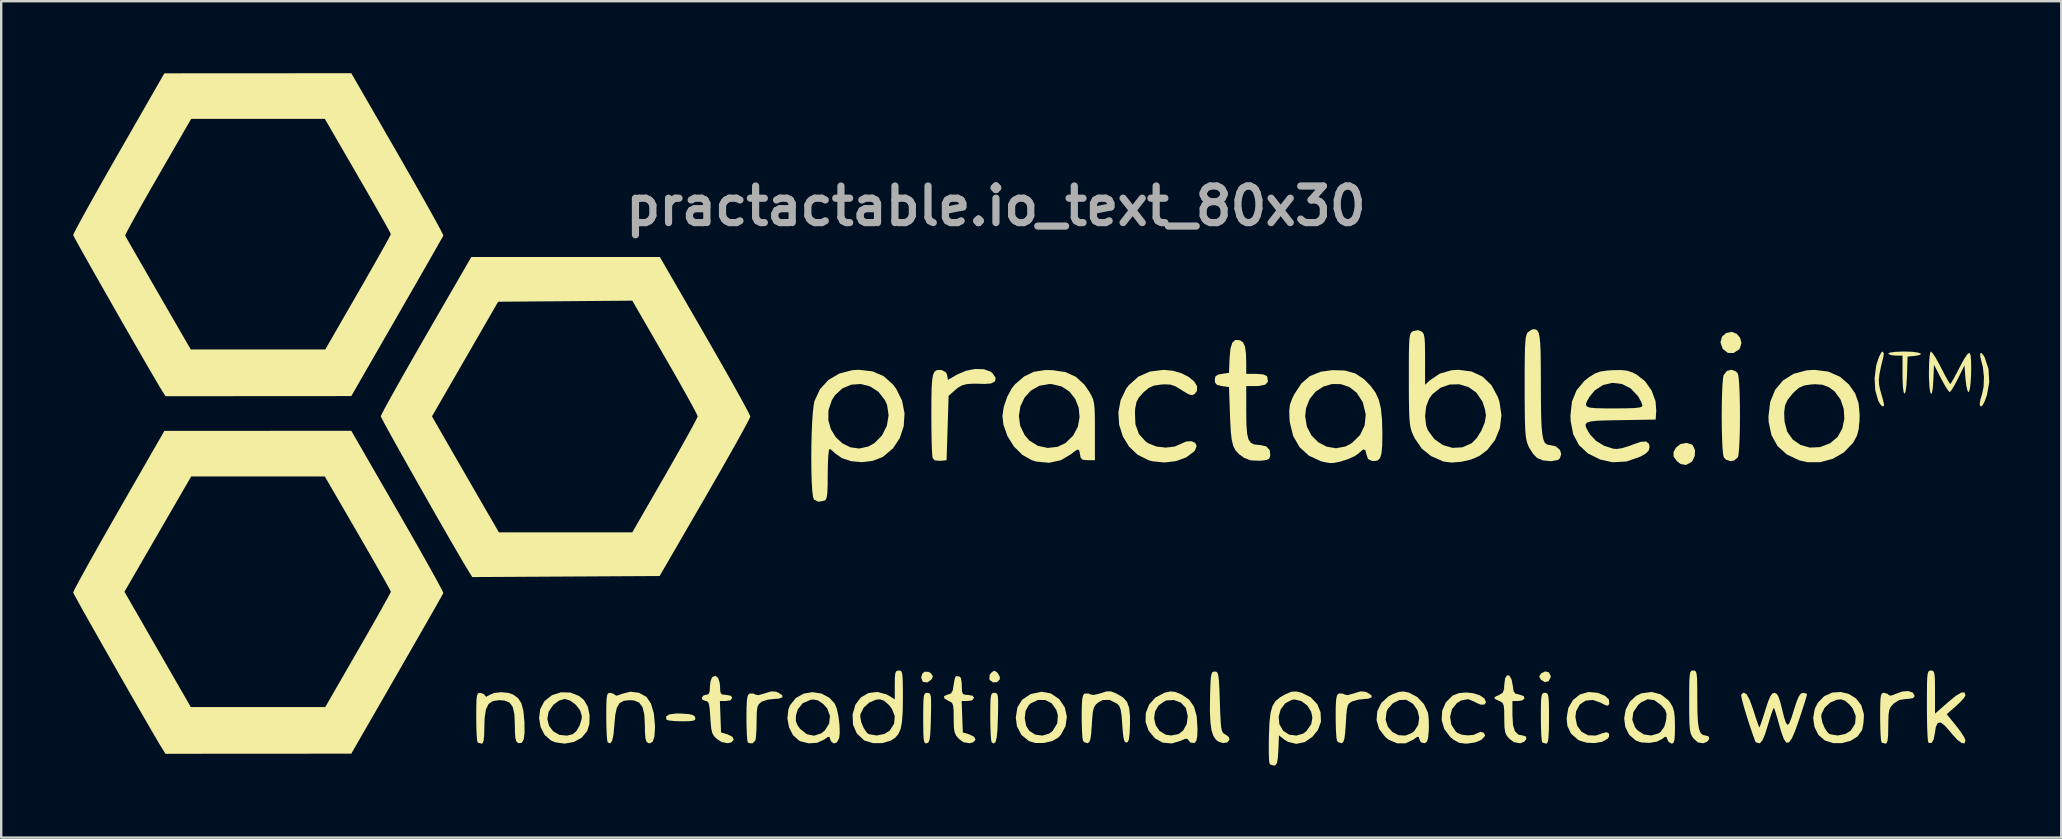
<source format=kicad_pcb>
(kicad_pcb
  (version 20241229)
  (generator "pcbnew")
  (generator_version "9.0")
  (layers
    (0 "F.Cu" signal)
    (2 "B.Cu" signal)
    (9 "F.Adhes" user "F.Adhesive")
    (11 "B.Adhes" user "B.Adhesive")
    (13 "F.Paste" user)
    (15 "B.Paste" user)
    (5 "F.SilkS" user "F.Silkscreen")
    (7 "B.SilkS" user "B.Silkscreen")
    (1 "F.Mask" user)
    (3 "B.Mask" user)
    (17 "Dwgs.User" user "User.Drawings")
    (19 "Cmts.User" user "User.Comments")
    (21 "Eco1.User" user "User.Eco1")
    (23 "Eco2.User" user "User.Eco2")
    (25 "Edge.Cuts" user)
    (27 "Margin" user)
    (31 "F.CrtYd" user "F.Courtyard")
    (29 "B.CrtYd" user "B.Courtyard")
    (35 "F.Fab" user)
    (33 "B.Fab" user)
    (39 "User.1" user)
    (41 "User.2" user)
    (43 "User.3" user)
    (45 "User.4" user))
  (footprint "practactable.io_text_80x30"
    (layer "F.Cu")
    (at 39.571 14.477)
    (property "Reference" "practactable.io_text_80x30" (at -1.118 -8.941 0) (layer "F.Fab") (effects (font (size 1.524 1.524) (thickness 0.3))))
    (attr board_only exclude_from_pos_files exclude_from_bom)
    (fp_poly (pts (xy -3.919 10.472) (xy -3.823 10.534) (xy -3.743 10.659) (xy -3.803 10.787) (xy -3.806 10.791) (xy -3.976 10.91) (xy -4.142 10.893) (xy -4.177 10.866) (xy -4.234 10.708) (xy -4.183 10.538) (xy -4.091 10.462)) (stroke (width 0) (type solid)) (fill yes) (layer "F.SilkS"))
    (fp_poly (pts (xy -1.098 10.468) (xy -1.047 10.516) (xy -0.957 10.678) (xy -0.959 10.788) (xy -1.075 10.901) (xy -1.241 10.909) (xy -1.375 10.813) (xy -1.391 10.78) (xy -1.381 10.607) (xy -1.315 10.508) (xy -1.201 10.423)) (stroke (width 0) (type solid)) (fill yes) (layer "F.SilkS"))
    (fp_poly (pts (xy 21.922 10.493) (xy 21.998 10.635) (xy 21.997 10.699) (xy 21.911 10.862) (xy 21.757 10.9) (xy 21.593 10.798) (xy 21.589 10.794) (xy 21.522 10.665) (xy 21.594 10.543) (xy 21.603 10.534) (xy 21.77 10.451)) (stroke (width 0) (type solid)) (fill yes) (layer "F.SilkS"))
    (fp_poly (pts (xy 29.748 -3.617) (xy 29.894 -3.449) (xy 29.95 -3.235) (xy 29.884 -3.015) (xy 29.842 -2.96) (xy 29.619 -2.815) (xy 29.382 -2.821) (xy 29.181 -2.976) (xy 29.163 -3.002) (xy 29.074 -3.261) (xy 29.139 -3.497) (xy 29.311 -3.649) (xy 29.543 -3.697)) (stroke (width 0) (type solid)) (fill yes) (layer "F.SilkS"))
    (fp_poly (pts (xy 27.874 0.993) (xy 27.923 1.033) (xy 28.013 1.228) (xy 28.004 1.473) (xy 27.902 1.689) (xy 27.87 1.723) (xy 27.639 1.85) (xy 27.411 1.809) (xy 27.263 1.693) (xy 27.119 1.497) (xy 27.12 1.307) (xy 27.225 1.12) (xy 27.411 0.976) (xy 27.653 0.931)) (stroke (width 0) (type solid)) (fill yes) (layer "F.SilkS"))
    (fp_poly (pts (xy -14.217 12.209) (xy -13.91 12.232) (xy -13.736 12.274) (xy -13.659 12.344) (xy -13.647 12.383) (xy -13.652 12.46) (xy -13.726 12.505) (xy -13.903 12.526) (xy -14.213 12.531) (xy -14.513 12.522) (xy -14.74 12.498) (xy -14.847 12.465) (xy -14.848 12.463) (xy -14.866 12.328) (xy -14.726 12.242) (xy -14.438 12.206)) (stroke (width 0) (type solid)) (fill yes) (layer "F.SilkS"))
    (fp_poly (pts (xy 40.053 -2.692) (xy 40.081 -2.641) (xy 40.244 -2.155) (xy 40.275 -1.605) (xy 40.182 -1.072) (xy 40.088 -0.807) (xy 39.996 -0.637) (xy 39.921 -0.58) (xy 39.881 -0.657) (xy 39.878 -0.714) (xy 39.907 -0.879) (xy 39.968 -1.071) (xy 40.04 -1.405) (xy 40.055 -1.815) (xy 40.012 -2.219) (xy 39.964 -2.409) (xy 39.901 -2.658) (xy 39.901 -2.8) (xy 39.955 -2.818)) (stroke (width 0) (type solid)) (fill yes) (layer "F.SilkS"))
    (fp_poly (pts (xy -1.111 11.354) (xy -1.063 11.398) (xy -1.036 11.506) (xy -1.026 11.705) (xy -1.027 12.024) (xy -1.035 12.376) (xy -1.053 12.867) (xy -1.086 13.202) (xy -1.135 13.395) (xy -1.204 13.459) (xy -1.296 13.407) (xy -1.296 13.407) (xy -1.319 13.304) (xy -1.338 13.068) (xy -1.35 12.733) (xy -1.355 12.347) (xy -1.353 11.922) (xy -1.345 11.638) (xy -1.325 11.466) (xy -1.29 11.379) (xy -1.233 11.349) (xy -1.183 11.345)) (stroke (width 0) (type solid)) (fill yes) (layer "F.SilkS"))
    (fp_poly (pts (xy 35.881 -2.81) (xy 35.87 -2.688) (xy 35.763 -2.249) (xy 35.698 -1.93) (xy 35.674 -1.688) (xy 35.687 -1.48) (xy 35.734 -1.263) (xy 35.763 -1.162) (xy 35.847 -0.864) (xy 35.887 -0.694) (xy 35.886 -0.615) (xy 35.849 -0.593) (xy 35.828 -0.593) (xy 35.746 -0.661) (xy 35.65 -0.826) (xy 35.527 -1.257) (xy 35.497 -1.764) (xy 35.563 -2.28) (xy 35.594 -2.398) (xy 35.683 -2.655) (xy 35.771 -2.829) (xy 35.826 -2.879)) (stroke (width 0) (type solid)) (fill yes) (layer "F.SilkS"))
    (fp_poly (pts (xy 21.83 11.355) (xy 21.877 11.402) (xy 21.906 11.515) (xy 21.922 11.72) (xy 21.928 12.045) (xy 21.929 12.404) (xy 21.925 12.863) (xy 21.911 13.176) (xy 21.886 13.364) (xy 21.846 13.45) (xy 21.816 13.462) (xy 21.672 13.424) (xy 21.646 13.406) (xy 21.624 13.303) (xy 21.606 13.067) (xy 21.594 12.733) (xy 21.59 12.347) (xy 21.592 11.922) (xy 21.6 11.638) (xy 21.62 11.466) (xy 21.655 11.379) (xy 21.712 11.348) (xy 21.759 11.345)) (stroke (width 0) (type solid)) (fill yes) (layer "F.SilkS"))
    (fp_poly (pts (xy -3.905 11.354) (xy -3.858 11.398) (xy -3.83 11.505) (xy -3.82 11.704) (xy -3.821 12.022) (xy -3.829 12.381) (xy -3.841 12.821) (xy -3.859 13.119) (xy -3.885 13.303) (xy -3.925 13.401) (xy -3.983 13.442) (xy -4 13.446) (xy -4.062 13.444) (xy -4.104 13.393) (xy -4.13 13.265) (xy -4.143 13.036) (xy -4.148 12.679) (xy -4.149 12.41) (xy -4.147 11.969) (xy -4.14 11.671) (xy -4.122 11.486) (xy -4.09 11.389) (xy -4.038 11.351) (xy -3.977 11.345)) (stroke (width 0) (type solid)) (fill yes) (layer "F.SilkS"))
    (fp_poly (pts (xy 37.069 -2.867) (xy 37.3 -2.836) (xy 37.421 -2.794) (xy 37.416 -2.749) (xy 37.266 -2.708) (xy 37.148 -2.694) (xy 36.872 -2.667) (xy 36.848 -1.884) (xy 36.824 -1.461) (xy 36.787 -1.205) (xy 36.745 -1.116) (xy 36.705 -1.192) (xy 36.675 -1.434) (xy 36.661 -1.839) (xy 36.661 -1.905) (xy 36.661 -2.709) (xy 36.364 -2.709) (xy 36.168 -2.731) (xy 36.071 -2.783) (xy 36.068 -2.794) (xy 36.147 -2.836) (xy 36.363 -2.865) (xy 36.685 -2.878) (xy 36.745 -2.879)) (stroke (width 0) (type solid)) (fill yes) (layer "F.SilkS"))
    (fp_poly (pts (xy 29.722 -2.049) (xy 29.8 -1.953) (xy 29.83 -1.811) (xy 29.855 -1.524) (xy 29.874 -1.116) (xy 29.885 -0.611) (xy 29.887 -0.212) (xy 29.883 0.347) (xy 29.869 0.826) (xy 29.849 1.2) (xy 29.822 1.446) (xy 29.8 1.53) (xy 29.648 1.661) (xy 29.506 1.693) (xy 29.306 1.629) (xy 29.213 1.53) (xy 29.182 1.387) (xy 29.158 1.108) (xy 29.141 0.729) (xy 29.13 0.282) (xy 29.127 -0.199) (xy 29.13 -0.678) (xy 29.14 -1.124) (xy 29.158 -1.501) (xy 29.183 -1.775) (xy 29.208 -1.899) (xy 29.343 -2.068) (xy 29.536 -2.12)) (stroke (width 0) (type solid)) (fill yes) (layer "F.SilkS"))
    (fp_poly (pts (xy 8.066 10.466) (xy 8.114 10.511) (xy 8.147 10.617) (xy 8.171 10.809) (xy 8.19 11.111) (xy 8.207 11.55) (xy 8.213 11.726) (xy 8.23 12.215) (xy 8.248 12.562) (xy 8.27 12.793) (xy 8.302 12.936) (xy 8.348 13.018) (xy 8.412 13.064) (xy 8.448 13.081) (xy 8.586 13.19) (xy 8.616 13.293) (xy 8.523 13.412) (xy 8.347 13.44) (xy 8.149 13.376) (xy 8.055 13.304) (xy 7.944 13.144) (xy 7.866 12.906) (xy 7.819 12.57) (xy 7.799 12.111) (xy 7.804 11.509) (xy 7.806 11.43) (xy 7.819 11.011) (xy 7.835 10.733) (xy 7.861 10.568) (xy 7.902 10.485) (xy 7.964 10.458) (xy 8.001 10.456)) (stroke (width 0) (type solid)) (fill yes) (layer "F.SilkS"))
    (fp_poly (pts (xy 23.957 11.344) (xy 24.259 11.466) (xy 24.426 11.625) (xy 24.44 11.805) (xy 24.439 11.809) (xy 24.386 11.878) (xy 24.282 11.862) (xy 24.09 11.759) (xy 23.756 11.64) (xy 23.452 11.671) (xy 23.21 11.834) (xy 23.061 12.11) (xy 23.029 12.35) (xy 23.099 12.707) (xy 23.285 12.968) (xy 23.557 13.114) (xy 23.882 13.125) (xy 24.145 13.031) (xy 24.328 12.985) (xy 24.435 13.046) (xy 24.43 13.175) (xy 24.366 13.263) (xy 24.143 13.385) (xy 23.83 13.439) (xy 23.492 13.422) (xy 23.195 13.332) (xy 23.141 13.302) (xy 22.849 13.049) (xy 22.697 12.73) (xy 22.663 12.404) (xy 22.733 11.981) (xy 22.927 11.644) (xy 23.218 11.412) (xy 23.58 11.309)) (stroke (width 0) (type solid)) (fill yes) (layer "F.SilkS"))
    (fp_poly (pts (xy 28.007 10.423) (xy 28.053 10.466) (xy 28.083 10.571) (xy 28.1 10.762) (xy 28.107 11.066) (xy 28.109 11.508) (xy 28.109 11.605) (xy 28.115 12.159) (xy 28.137 12.566) (xy 28.179 12.844) (xy 28.246 13.016) (xy 28.342 13.102) (xy 28.457 13.123) (xy 28.589 13.168) (xy 28.606 13.27) (xy 28.524 13.379) (xy 28.36 13.444) (xy 28.351 13.446) (xy 28.134 13.41) (xy 27.95 13.244) (xy 27.881 13.144) (xy 27.832 13.028) (xy 27.8 12.866) (xy 27.782 12.629) (xy 27.773 12.287) (xy 27.771 11.811) (xy 27.771 11.715) (xy 27.772 11.22) (xy 27.777 10.87) (xy 27.79 10.639) (xy 27.814 10.503) (xy 27.851 10.437) (xy 27.906 10.415) (xy 27.94 10.414)) (stroke (width 0) (type solid)) (fill yes) (layer "F.SilkS"))
    (fp_poly (pts (xy -10.292 11.296) (xy -10.201 11.33) (xy -10.026 11.441) (xy -10.013 11.53) (xy -10.156 11.586) (xy -10.353 11.599) (xy -10.628 11.63) (xy -10.861 11.706) (xy -10.903 11.731) (xy -10.999 11.817) (xy -11.056 11.935) (xy -11.083 12.128) (xy -11.091 12.438) (xy -11.091 12.529) (xy -11.098 12.863) (xy -11.114 13.142) (xy -11.138 13.312) (xy -11.143 13.328) (xy -11.258 13.448) (xy -11.412 13.44) (xy -11.458 13.406) (xy -11.481 13.303) (xy -11.499 13.067) (xy -11.511 12.735) (xy -11.515 12.387) (xy -11.511 11.958) (xy -11.497 11.67) (xy -11.47 11.494) (xy -11.425 11.403) (xy -11.382 11.374) (xy -11.221 11.374) (xy -11.163 11.409) (xy -11.021 11.443) (xy -10.758 11.37) (xy -10.745 11.365) (xy -10.486 11.286)) (stroke (width 0) (type solid)) (fill yes) (layer "F.SilkS"))
    (fp_poly (pts (xy 14.261 11.296) (xy 14.352 11.33) (xy 14.527 11.443) (xy 14.54 11.535) (xy 14.395 11.591) (xy 14.245 11.601) (xy 13.97 11.631) (xy 13.73 11.702) (xy 13.716 11.709) (xy 13.617 11.77) (xy 13.551 11.857) (xy 13.511 12.007) (xy 13.484 12.255) (xy 13.462 12.617) (xy 13.436 13.003) (xy 13.405 13.249) (xy 13.36 13.385) (xy 13.297 13.44) (xy 13.282 13.444) (xy 13.139 13.4) (xy 13.092 13.332) (xy 13.069 13.193) (xy 13.052 12.927) (xy 13.041 12.577) (xy 13.039 12.309) (xy 13.043 11.899) (xy 13.059 11.629) (xy 13.09 11.469) (xy 13.141 11.39) (xy 13.171 11.374) (xy 13.333 11.374) (xy 13.39 11.409) (xy 13.533 11.443) (xy 13.795 11.37) (xy 13.809 11.365) (xy 14.067 11.286)) (stroke (width 0) (type solid)) (fill yes) (layer "F.SilkS"))
    (fp_poly (pts (xy 37.091 11.334) (xy 37.168 11.472) (xy 37.169 11.481) (xy 37.1 11.566) (xy 36.884 11.599) (xy 36.826 11.599) (xy 36.519 11.644) (xy 36.285 11.798) (xy 36.276 11.807) (xy 36.173 11.925) (xy 36.111 12.058) (xy 36.08 12.25) (xy 36.069 12.545) (xy 36.068 12.738) (xy 36.061 13.111) (xy 36.038 13.338) (xy 35.994 13.445) (xy 35.955 13.462) (xy 35.811 13.424) (xy 35.786 13.406) (xy 35.764 13.303) (xy 35.746 13.067) (xy 35.734 12.733) (xy 35.729 12.347) (xy 35.731 11.921) (xy 35.74 11.637) (xy 35.76 11.465) (xy 35.796 11.378) (xy 35.853 11.348) (xy 35.892 11.345) (xy 36.041 11.386) (xy 36.084 11.435) (xy 36.174 11.467) (xy 36.366 11.393) (xy 36.648 11.29) (xy 36.904 11.272)) (stroke (width 0) (type solid)) (fill yes) (layer "F.SilkS"))
    (fp_poly (pts (xy -1.625 -2.141) (xy -1.343 -2.042) (xy -1.266 -1.981) (xy -1.132 -1.785) (xy -1.155 -1.636) (xy -1.324 -1.546) (xy -1.599 -1.528) (xy -2.019 -1.54) (xy -2.314 -1.523) (xy -2.527 -1.469) (xy -2.703 -1.369) (xy -2.814 -1.277) (xy -3.09 -1.03) (xy -3.175 1.651) (xy -3.439 1.677) (xy -3.662 1.66) (xy -3.757 1.564) (xy -3.773 1.439) (xy -3.788 1.174) (xy -3.799 0.796) (xy -3.807 0.333) (xy -3.81 -0.185) (xy -3.81 -0.251) (xy -3.808 -0.867) (xy -3.799 -1.334) (xy -3.778 -1.671) (xy -3.74 -1.897) (xy -3.681 -2.033) (xy -3.596 -2.099) (xy -3.48 -2.113) (xy -3.37 -2.102) (xy -3.196 -2.007) (xy -3.148 -1.884) (xy -3.121 -1.693) (xy -2.739 -1.917) (xy -2.371 -2.076) (xy -1.984 -2.151)) (stroke (width 0) (type solid)) (fill yes) (layer "F.SilkS"))
    (fp_poly (pts (xy 1.168 11.37) (xy 1.514 11.603) (xy 1.524 11.613) (xy 1.751 11.949) (xy 1.837 12.336) (xy 1.784 12.73) (xy 1.592 13.089) (xy 1.482 13.208) (xy 1.226 13.355) (xy 0.886 13.434) (xy 0.537 13.437) (xy 0.262 13.36) (xy -0.056 13.099) (xy -0.243 12.739) (xy -0.287 12.406) (xy 0.081 12.406) (xy 0.141 12.716) (xy 0.269 12.927) (xy 0.522 13.088) (xy 0.822 13.126) (xy 1.107 13.041) (xy 1.244 12.933) (xy 1.437 12.617) (xy 1.463 12.277) (xy 1.397 12.051) (xy 1.207 11.784) (xy 0.94 11.645) (xy 0.638 11.64) (xy 0.342 11.777) (xy 0.252 11.855) (xy 0.117 12.097) (xy 0.081 12.406) (xy -0.287 12.406) (xy -0.291 12.376) (xy -0.223 11.951) (xy -0.03 11.635) (xy 0.299 11.415) (xy 0.351 11.392) (xy 0.777 11.3)) (stroke (width 0) (type solid)) (fill yes) (layer "F.SilkS"))
    (fp_poly (pts (xy 18.782 11.363) (xy 19.053 11.451) (xy 19.242 11.584) (xy 19.304 11.736) (xy 19.241 11.832) (xy 19.087 11.838) (xy 18.892 11.757) (xy 18.843 11.724) (xy 18.568 11.609) (xy 18.275 11.659) (xy 18.091 11.772) (xy 17.884 12.032) (xy 17.807 12.348) (xy 17.859 12.672) (xy 18.04 12.952) (xy 18.111 13.015) (xy 18.301 13.091) (xy 18.556 13.118) (xy 18.799 13.094) (xy 18.943 13.027) (xy 19.078 12.97) (xy 19.209 13.006) (xy 19.264 13.11) (xy 19.256 13.151) (xy 19.117 13.3) (xy 18.857 13.41) (xy 18.523 13.46) (xy 18.452 13.462) (xy 18.186 13.428) (xy 17.953 13.302) (xy 17.813 13.184) (xy 17.568 12.859) (xy 17.456 12.483) (xy 17.477 12.099) (xy 17.626 11.747) (xy 17.902 11.468) (xy 17.915 11.459) (xy 18.169 11.358) (xy 18.473 11.329)) (stroke (width 0) (type solid)) (fill yes) (layer "F.SilkS"))
    (fp_poly (pts (xy -18.856 11.333) (xy -18.492 11.474) (xy -18.291 11.639) (xy -18.128 11.918) (xy -18.05 12.28) (xy -18.063 12.656) (xy -18.153 12.939) (xy -18.385 13.217) (xy -18.716 13.395) (xy -19.098 13.462) (xy -19.487 13.405) (xy -19.663 13.329) (xy -19.925 13.098) (xy -20.093 12.771) (xy -20.149 12.438) (xy -19.812 12.438) (xy -19.742 12.719) (xy -19.568 12.948) (xy -19.313 13.095) (xy -18.997 13.129) (xy -18.757 13.071) (xy -18.601 12.938) (xy -18.465 12.703) (xy -18.383 12.432) (xy -18.373 12.317) (xy -18.445 12.078) (xy -18.626 11.843) (xy -18.862 11.666) (xy -19.092 11.599) (xy -19.325 11.668) (xy -19.565 11.847) (xy -19.76 12.137) (xy -19.812 12.438) (xy -20.149 12.438) (xy -20.156 12.396) (xy -20.108 12.023) (xy -19.939 11.7) (xy -19.933 11.692) (xy -19.622 11.443) (xy -19.248 11.323)) (stroke (width 0) (type solid)) (fill yes) (layer "F.SilkS"))
    (fp_poly (pts (xy -12.698 10.722) (xy -12.629 10.928) (xy -12.615 11.102) (xy -12.604 11.315) (xy -12.546 11.407) (xy -12.403 11.43) (xy -12.361 11.43) (xy -12.16 11.468) (xy -12.107 11.557) (xy -12.182 11.657) (xy -12.365 11.684) (xy -12.622 11.684) (xy -12.598 12.34) (xy -12.573 12.996) (xy -12.295 13.078) (xy -12.097 13.18) (xy -12.044 13.302) (xy -12.137 13.405) (xy -12.288 13.445) (xy -12.548 13.397) (xy -12.745 13.269) (xy -12.864 13.152) (xy -12.939 13.02) (xy -12.983 12.827) (xy -13.011 12.529) (xy -13.02 12.376) (xy -13.045 12.031) (xy -13.075 11.823) (xy -13.121 11.719) (xy -13.193 11.685) (xy -13.219 11.684) (xy -13.35 11.628) (xy -13.377 11.557) (xy -13.307 11.454) (xy -13.208 11.43) (xy -13.095 11.4) (xy -13.047 11.28) (xy -13.039 11.108) (xy -13.014 10.872) (xy -12.953 10.704) (xy -12.939 10.687) (xy -12.808 10.633)) (stroke (width 0) (type solid)) (fill yes) (layer "F.SilkS"))
    (fp_poly (pts (xy -2.633 10.668) (xy -2.625 10.668) (xy -2.574 10.744) (xy -2.544 10.935) (xy -2.54 11.049) (xy -2.533 11.283) (xy -2.49 11.394) (xy -2.382 11.428) (xy -2.286 11.43) (xy -2.084 11.468) (xy -2.032 11.557) (xy -2.107 11.657) (xy -2.29 11.684) (xy -2.547 11.684) (xy -2.498 12.996) (xy -2.22 13.078) (xy -2.021 13.181) (xy -1.97 13.303) (xy -2.066 13.406) (xy -2.222 13.446) (xy -2.478 13.401) (xy -2.665 13.26) (xy -2.776 13.13) (xy -2.841 12.987) (xy -2.871 12.779) (xy -2.879 12.457) (xy -2.879 12.405) (xy -2.882 12.078) (xy -2.901 11.879) (xy -2.947 11.769) (xy -3.032 11.708) (xy -3.09 11.684) (xy -3.264 11.583) (xy -3.284 11.487) (xy -3.146 11.421) (xy -3.111 11.415) (xy -2.987 11.368) (xy -2.918 11.241) (xy -2.879 11.007) (xy -2.841 10.785) (xy -2.794 10.659) (xy -2.773 10.647)) (stroke (width 0) (type solid)) (fill yes) (layer "F.SilkS"))
    (fp_poly (pts (xy 20.282 10.631) (xy 20.372 10.792) (xy 20.42 11.05) (xy 20.452 11.271) (xy 20.527 11.376) (xy 20.68 11.414) (xy 20.868 11.478) (xy 20.912 11.576) (xy 20.817 11.66) (xy 20.659 11.684) (xy 20.405 11.684) (xy 20.405 12.271) (xy 20.429 12.681) (xy 20.51 12.947) (xy 20.656 13.088) (xy 20.84 13.123) (xy 20.972 13.167) (xy 20.987 13.268) (xy 20.905 13.376) (xy 20.741 13.444) (xy 20.723 13.446) (xy 20.467 13.401) (xy 20.279 13.26) (xy 20.168 13.13) (xy 20.104 12.987) (xy 20.074 12.779) (xy 20.066 12.457) (xy 20.066 12.405) (xy 20.062 12.078) (xy 20.043 11.879) (xy 19.997 11.769) (xy 19.912 11.708) (xy 19.854 11.684) (xy 19.698 11.609) (xy 19.643 11.557) (xy 19.712 11.496) (xy 19.854 11.43) (xy 19.996 11.346) (xy 20.056 11.201) (xy 20.066 11.014) (xy 20.1 10.74) (xy 20.181 10.613)) (stroke (width 0) (type solid)) (fill yes) (layer "F.SilkS"))
    (fp_poly (pts (xy 34.425 11.393) (xy 34.722 11.579) (xy 34.94 11.856) (xy 35.047 12.214) (xy 35.052 12.32) (xy 35.033 12.607) (xy 34.985 12.859) (xy 34.969 12.906) (xy 34.789 13.161) (xy 34.497 13.344) (xy 34.14 13.441) (xy 33.766 13.44) (xy 33.423 13.329) (xy 33.155 13.095) (xy 32.991 12.766) (xy 32.938 12.387) (xy 32.949 12.328) (xy 33.274 12.328) (xy 33.316 12.565) (xy 33.419 12.814) (xy 33.551 13.006) (xy 33.632 13.067) (xy 33.958 13.123) (xy 34.283 13.058) (xy 34.506 12.916) (xy 34.686 12.63) (xy 34.712 12.312) (xy 34.585 11.994) (xy 34.456 11.837) (xy 34.263 11.671) (xy 34.094 11.616) (xy 33.927 11.632) (xy 33.647 11.751) (xy 33.417 11.965) (xy 33.288 12.222) (xy 33.274 12.328) (xy 32.949 12.328) (xy 33.007 12.004) (xy 33.129 11.76) (xy 33.402 11.482) (xy 33.731 11.335) (xy 34.083 11.309)) (stroke (width 0) (type solid)) (fill yes) (layer "F.SilkS"))
    (fp_poly (pts (xy -15.996 11.341) (xy -15.69 11.509) (xy -15.675 11.522) (xy -15.493 11.795) (xy -15.374 12.2) (xy -15.327 12.712) (xy -15.326 12.785) (xy -15.349 13.16) (xy -15.419 13.379) (xy -15.538 13.45) (xy -15.612 13.435) (xy -15.683 13.374) (xy -15.725 13.235) (xy -15.744 12.985) (xy -15.748 12.712) (xy -15.77 12.255) (xy -15.845 11.942) (xy -15.985 11.752) (xy -16.202 11.663) (xy -16.373 11.65) (xy -16.626 11.677) (xy -16.802 11.773) (xy -16.916 11.965) (xy -16.983 12.277) (xy -17.018 12.675) (xy -17.056 13.094) (xy -17.115 13.352) (xy -17.195 13.453) (xy -17.298 13.407) (xy -17.321 13.304) (xy -17.34 13.068) (xy -17.352 12.733) (xy -17.357 12.347) (xy -17.355 11.921) (xy -17.346 11.637) (xy -17.326 11.465) (xy -17.29 11.378) (xy -17.233 11.348) (xy -17.194 11.345) (xy -17.046 11.385) (xy -17.003 11.433) (xy -16.913 11.463) (xy -16.713 11.392) (xy -16.703 11.387) (xy -16.356 11.298)) (stroke (width 0) (type solid)) (fill yes) (layer "F.SilkS"))
    (fp_poly (pts (xy 6.345 11.305) (xy 6.588 11.402) (xy 6.631 11.423) (xy 6.934 11.629) (xy 7.136 11.92) (xy 7.248 12.319) (xy 7.281 12.831) (xy 7.271 13.149) (xy 7.236 13.335) (xy 7.168 13.424) (xy 7.144 13.435) (xy 6.99 13.418) (xy 6.928 13.348) (xy 6.857 13.26) (xy 6.754 13.265) (xy 6.604 13.335) (xy 6.215 13.454) (xy 5.836 13.421) (xy 5.515 13.248) (xy 5.245 12.925) (xy 5.118 12.559) (xy 5.121 12.413) (xy 5.474 12.413) (xy 5.539 12.695) (xy 5.7 12.933) (xy 5.949 13.086) (xy 6.181 13.123) (xy 6.488 13.064) (xy 6.682 12.918) (xy 6.832 12.648) (xy 6.875 12.316) (xy 6.803 11.996) (xy 6.785 11.96) (xy 6.587 11.753) (xy 6.303 11.646) (xy 5.997 11.66) (xy 5.923 11.685) (xy 5.659 11.869) (xy 5.512 12.124) (xy 5.474 12.413) (xy 5.121 12.413) (xy 5.127 12.184) (xy 5.265 11.834) (xy 5.524 11.543) (xy 5.897 11.345) (xy 5.931 11.334) (xy 6.153 11.285)) (stroke (width 0) (type solid)) (fill yes) (layer "F.SilkS"))
    (fp_poly (pts (xy 21.374 -3.798) (xy 21.446 -3.752) (xy 21.5 -3.651) (xy 21.538 -3.478) (xy 21.564 -3.214) (xy 21.58 -2.841) (xy 21.587 -2.34) (xy 21.59 -1.692) (xy 21.59 -1.511) (xy 21.593 -0.782) (xy 21.602 -0.206) (xy 21.62 0.236) (xy 21.65 0.559) (xy 21.694 0.782) (xy 21.755 0.921) (xy 21.834 0.993) (xy 21.935 1.016) (xy 21.948 1.016) (xy 22.212 1.074) (xy 22.388 1.226) (xy 22.437 1.391) (xy 22.386 1.566) (xy 22.303 1.642) (xy 22.006 1.693) (xy 21.681 1.659) (xy 21.43 1.555) (xy 21.271 1.391) (xy 21.115 1.149) (xy 21.075 1.068) (xy 21.025 0.944) (xy 20.987 0.801) (xy 20.959 0.616) (xy 20.939 0.367) (xy 20.926 0.031) (xy 20.919 -0.415) (xy 20.915 -0.994) (xy 20.915 -1.412) (xy 20.915 -2.082) (xy 20.919 -2.602) (xy 20.928 -2.993) (xy 20.943 -3.274) (xy 20.964 -3.466) (xy 20.994 -3.589) (xy 21.032 -3.662) (xy 21.046 -3.677) (xy 21.196 -3.785) (xy 21.283 -3.81)) (stroke (width 0) (type solid)) (fill yes) (layer "F.SilkS"))
    (fp_poly (pts (xy -8.396 11.372) (xy -8.06 11.549) (xy -7.833 11.797) (xy -7.748 12.01) (xy -7.68 12.328) (xy -7.637 12.686) (xy -7.627 13.02) (xy -7.653 13.242) (xy -7.746 13.411) (xy -7.876 13.455) (xy -7.99 13.367) (xy -8.018 13.294) (xy -8.056 13.184) (xy -8.118 13.179) (xy -8.257 13.279) (xy -8.276 13.294) (xy -8.566 13.426) (xy -8.919 13.45) (xy -9.265 13.364) (xy -9.323 13.335) (xy -9.575 13.109) (xy -9.741 12.782) (xy -9.789 12.521) (xy -9.459 12.521) (xy -9.373 12.721) (xy -9.272 12.853) (xy -8.999 13.07) (xy -8.697 13.131) (xy -8.399 13.033) (xy -8.251 12.916) (xy -8.069 12.627) (xy -8.035 12.306) (xy -8.148 11.997) (xy -8.313 11.811) (xy -8.534 11.66) (xy -8.732 11.622) (xy -8.842 11.636) (xy -9.168 11.775) (xy -9.377 12.036) (xy -9.451 12.286) (xy -9.459 12.521) (xy -9.789 12.521) (xy -9.809 12.406) (xy -9.766 12.031) (xy -9.699 11.862) (xy -9.458 11.562) (xy -9.135 11.379) (xy -8.767 11.316)) (stroke (width 0) (type solid)) (fill yes) (layer "F.SilkS"))
    (fp_poly (pts (xy 37.921 10.425) (xy 37.97 10.478) (xy 37.998 10.603) (xy 38.012 10.829) (xy 38.015 11.186) (xy 38.015 11.313) (xy 38.015 12.213) (xy 38.564 11.731) (xy 38.887 11.467) (xy 39.111 11.334) (xy 39.241 11.327) (xy 39.285 11.445) (xy 39.285 11.452) (xy 39.226 11.555) (xy 39.072 11.725) (xy 38.894 11.892) (xy 38.503 12.236) (xy 38.894 12.716) (xy 39.086 12.97) (xy 39.226 13.186) (xy 39.285 13.323) (xy 39.285 13.329) (xy 39.242 13.451) (xy 39.121 13.436) (xy 38.935 13.293) (xy 38.697 13.027) (xy 38.676 13) (xy 38.43 12.716) (xy 38.251 12.582) (xy 38.129 12.598) (xy 38.051 12.764) (xy 38.015 12.991) (xy 37.96 13.285) (xy 37.873 13.436) (xy 37.763 13.431) (xy 37.735 13.407) (xy 37.716 13.307) (xy 37.699 13.067) (xy 37.687 12.715) (xy 37.679 12.279) (xy 37.677 11.882) (xy 37.678 11.351) (xy 37.682 10.967) (xy 37.692 10.705) (xy 37.712 10.542) (xy 37.743 10.455) (xy 37.789 10.42) (xy 37.846 10.414)) (stroke (width 0) (type solid)) (fill yes) (layer "F.SilkS"))
    (fp_poly (pts (xy -21.426 11.349) (xy -21.236 11.416) (xy -21.03 11.567) (xy -20.893 11.782) (xy -20.81 12.095) (xy -20.768 12.54) (xy -20.766 12.573) (xy -20.761 13.006) (xy -20.797 13.287) (xy -20.878 13.429) (xy -21.007 13.443) (xy -21.031 13.435) (xy -21.1 13.376) (xy -21.142 13.243) (xy -21.162 13.002) (xy -21.167 12.673) (xy -21.186 12.232) (xy -21.254 11.933) (xy -21.386 11.753) (xy -21.597 11.667) (xy -21.817 11.65) (xy -22.079 11.686) (xy -22.26 11.808) (xy -22.371 12.037) (xy -22.426 12.394) (xy -22.437 12.752) (xy -22.444 13.12) (xy -22.468 13.344) (xy -22.513 13.447) (xy -22.55 13.462) (xy -22.694 13.424) (xy -22.719 13.406) (xy -22.741 13.303) (xy -22.759 13.067) (xy -22.771 12.733) (xy -22.775 12.347) (xy -22.773 11.921) (xy -22.765 11.637) (xy -22.745 11.465) (xy -22.709 11.378) (xy -22.652 11.348) (xy -22.613 11.345) (xy -22.461 11.393) (xy -22.415 11.451) (xy -22.358 11.511) (xy -22.239 11.441) (xy -22.238 11.44) (xy -22.026 11.349) (xy -21.729 11.318)) (stroke (width 0) (type solid)) (fill yes) (layer "F.SilkS"))
    (fp_poly (pts (xy 16.093 11.337) (xy 16.438 11.519) (xy 16.717 11.812) (xy 16.881 12.163) (xy 16.893 12.216) (xy 16.918 12.461) (xy 16.923 12.781) (xy 16.917 12.953) (xy 16.89 13.234) (xy 16.838 13.385) (xy 16.747 13.445) (xy 16.737 13.447) (xy 16.59 13.406) (xy 16.537 13.301) (xy 16.498 13.186) (xy 16.436 13.179) (xy 16.298 13.278) (xy 16.277 13.294) (xy 15.955 13.449) (xy 15.602 13.45) (xy 15.254 13.302) (xy 15.107 13.187) (xy 14.852 12.853) (xy 14.743 12.482) (xy 14.744 12.465) (xy 15.121 12.465) (xy 15.212 12.752) (xy 15.398 12.973) (xy 15.649 13.106) (xy 15.933 13.128) (xy 16.216 13.018) (xy 16.314 12.939) (xy 16.48 12.68) (xy 16.52 12.372) (xy 16.445 12.066) (xy 16.269 11.808) (xy 16.004 11.647) (xy 15.966 11.636) (xy 15.688 11.645) (xy 15.419 11.783) (xy 15.215 12.014) (xy 15.16 12.135) (xy 15.121 12.465) (xy 14.744 12.465) (xy 14.774 12.108) (xy 14.941 11.766) (xy 15.236 11.494) (xy 15.395 11.409) (xy 15.659 11.309) (xy 15.863 11.288)) (stroke (width 0) (type solid)) (fill yes) (layer "F.SilkS"))
    (fp_poly (pts (xy 26.588 11.409) (xy 26.903 11.654) (xy 26.984 11.76) (xy 27.084 11.936) (xy 27.143 12.13) (xy 27.171 12.392) (xy 27.178 12.755) (xy 27.173 13.108) (xy 27.154 13.322) (xy 27.116 13.43) (xy 27.051 13.462) (xy 27.043 13.462) (xy 26.915 13.391) (xy 26.863 13.289) (xy 26.818 13.172) (xy 26.743 13.189) (xy 26.663 13.257) (xy 26.428 13.378) (xy 26.11 13.431) (xy 25.783 13.413) (xy 25.549 13.334) (xy 25.269 13.091) (xy 25.108 12.769) (xy 25.07 12.471) (xy 25.4 12.471) (xy 25.517 12.784) (xy 25.608 12.899) (xy 25.877 13.077) (xy 26.194 13.123) (xy 26.499 13.031) (xy 26.581 12.974) (xy 26.735 12.757) (xy 26.813 12.47) (xy 26.828 12.224) (xy 26.77 12.051) (xy 26.609 11.864) (xy 26.602 11.857) (xy 26.319 11.651) (xy 26.043 11.612) (xy 25.767 11.742) (xy 25.647 11.847) (xy 25.444 12.149) (xy 25.4 12.471) (xy 25.07 12.471) (xy 25.062 12.409) (xy 25.125 12.046) (xy 25.294 11.72) (xy 25.563 11.469) (xy 25.789 11.363) (xy 26.206 11.309)) (stroke (width 0) (type solid)) (fill yes) (layer "F.SilkS"))
    (fp_poly (pts (xy 37.918 -2.808) (xy 38.042 -2.619) (xy 38.195 -2.345) (xy 38.269 -2.201) (xy 38.424 -1.902) (xy 38.552 -1.67) (xy 38.634 -1.54) (xy 38.65 -1.524) (xy 38.703 -1.594) (xy 38.812 -1.783) (xy 38.957 -2.056) (xy 39.037 -2.212) (xy 39.224 -2.56) (xy 39.365 -2.767) (xy 39.454 -2.825) (xy 39.464 -2.818) (xy 39.5 -2.703) (xy 39.519 -2.475) (xy 39.524 -2.178) (xy 39.516 -1.857) (xy 39.497 -1.557) (xy 39.467 -1.321) (xy 39.428 -1.194) (xy 39.412 -1.184) (xy 39.364 -1.26) (xy 39.318 -1.462) (xy 39.285 -1.742) (xy 39.243 -2.302) (xy 38.969 -1.744) (xy 38.827 -1.473) (xy 38.707 -1.275) (xy 38.632 -1.187) (xy 38.627 -1.185) (xy 38.559 -1.255) (xy 38.44 -1.44) (xy 38.294 -1.703) (xy 38.266 -1.757) (xy 37.973 -2.328) (xy 37.948 -1.714) (xy 37.923 -1.355) (xy 37.888 -1.155) (xy 37.849 -1.107) (xy 37.811 -1.203) (xy 37.781 -1.433) (xy 37.763 -1.789) (xy 37.761 -1.99) (xy 37.769 -2.39) (xy 37.79 -2.686) (xy 37.822 -2.852) (xy 37.845 -2.879)) (stroke (width 0) (type solid)) (fill yes) (layer "F.SilkS"))
    (fp_poly (pts (xy 3.858 11.354) (xy 3.941 11.394) (xy 4.185 11.542) (xy 4.344 11.724) (xy 4.434 11.975) (xy 4.469 12.332) (xy 4.467 12.7) (xy 4.45 13.062) (xy 4.422 13.284) (xy 4.377 13.393) (xy 4.318 13.42) (xy 4.253 13.384) (xy 4.206 13.258) (xy 4.172 13.014) (xy 4.146 12.67) (xy 4.117 12.291) (xy 4.079 12.045) (xy 4.022 11.894) (xy 3.939 11.802) (xy 3.934 11.799) (xy 3.621 11.64) (xy 3.333 11.646) (xy 3.146 11.745) (xy 3.037 11.84) (xy 2.967 11.953) (xy 2.923 12.125) (xy 2.895 12.398) (xy 2.879 12.665) (xy 2.852 13.039) (xy 2.818 13.273) (xy 2.769 13.398) (xy 2.7 13.444) (xy 2.699 13.444) (xy 2.556 13.4) (xy 2.508 13.332) (xy 2.486 13.193) (xy 2.469 12.927) (xy 2.458 12.577) (xy 2.455 12.309) (xy 2.46 11.899) (xy 2.475 11.629) (xy 2.507 11.469) (xy 2.558 11.39) (xy 2.588 11.374) (xy 2.748 11.373) (xy 2.804 11.407) (xy 2.952 11.437) (xy 3.229 11.368) (xy 3.248 11.361) (xy 3.488 11.286) (xy 3.661 11.282)) (stroke (width 0) (type solid)) (fill yes) (layer "F.SilkS"))
    (fp_poly (pts (xy 11.618 11.341) (xy 12.001 11.53) (xy 12.276 11.822) (xy 12.411 12.159) (xy 12.426 12.552) (xy 12.298 12.895) (xy 12.068 13.179) (xy 11.747 13.4) (xy 11.397 13.471) (xy 11.053 13.389) (xy 10.895 13.289) (xy 10.676 13.117) (xy 10.651 13.733) (xy 10.63 14.062) (xy 10.597 14.256) (xy 10.54 14.351) (xy 10.477 14.378) (xy 10.328 14.341) (xy 10.28 14.278) (xy 10.263 14.147) (xy 10.253 13.885) (xy 10.252 13.529) (xy 10.258 13.115) (xy 10.259 13.092) (xy 10.282 12.565) (xy 10.307 12.341) (xy 10.663 12.341) (xy 10.695 12.656) (xy 10.852 12.927) (xy 11.105 13.088) (xy 11.405 13.126) (xy 11.689 13.042) (xy 11.826 12.933) (xy 12.02 12.654) (xy 12.07 12.379) (xy 12.018 12.135) (xy 11.859 11.874) (xy 11.612 11.691) (xy 11.33 11.622) (xy 11.212 11.636) (xy 10.935 11.783) (xy 10.748 12.034) (xy 10.663 12.341) (xy 10.307 12.341) (xy 10.326 12.177) (xy 10.406 11.895) (xy 10.532 11.691) (xy 10.719 11.532) (xy 10.957 11.398) (xy 11.196 11.299) (xy 11.398 11.288)) (stroke (width 0) (type solid)) (fill yes) (layer "F.SilkS"))
    (fp_poly (pts (xy 6.258 -2.077) (xy 6.616 -1.972) (xy 6.918 -1.817) (xy 7.141 -1.632) (xy 7.263 -1.433) (xy 7.26 -1.239) (xy 7.156 -1.102) (xy 7.056 -1.059) (xy 6.919 -1.093) (xy 6.702 -1.219) (xy 6.627 -1.268) (xy 6.366 -1.427) (xy 6.154 -1.5) (xy 5.907 -1.511) (xy 5.772 -1.502) (xy 5.47 -1.459) (xy 5.251 -1.363) (xy 5.032 -1.176) (xy 5.016 -1.161) (xy 4.836 -0.959) (xy 4.737 -0.769) (xy 4.688 -0.516) (xy 4.674 -0.354) (xy 4.695 0.158) (xy 4.844 0.564) (xy 5.125 0.874) (xy 5.231 0.946) (xy 5.566 1.08) (xy 5.954 1.126) (xy 6.323 1.083) (xy 6.559 0.983) (xy 6.808 0.872) (xy 7.027 0.858) (xy 7.184 0.925) (xy 7.245 1.056) (xy 7.181 1.235) (xy 7.135 1.291) (xy 6.811 1.534) (xy 6.384 1.689) (xy 5.901 1.746) (xy 5.411 1.697) (xy 5.24 1.651) (xy 4.785 1.423) (xy 4.425 1.08) (xy 4.166 0.65) (xy 4.016 0.166) (xy 3.984 -0.345) (xy 4.078 -0.851) (xy 4.305 -1.322) (xy 4.416 -1.471) (xy 4.813 -1.829) (xy 5.297 -2.043) (xy 5.867 -2.115)) (stroke (width 0) (type solid)) (fill yes) (layer "F.SilkS"))
    (fp_poly (pts (xy -5.097 10.423) (xy -5.05 10.468) (xy -5.02 10.575) (xy -5.004 10.77) (xy -4.997 11.08) (xy -4.995 11.532) (xy -4.995 11.561) (xy -5.003 12.123) (xy -5.032 12.543) (xy -5.089 12.847) (xy -5.182 13.063) (xy -5.318 13.217) (xy -5.501 13.334) (xy -5.853 13.441) (xy -6.239 13.442) (xy -6.579 13.34) (xy -6.621 13.316) (xy -6.914 13.04) (xy -7.074 12.671) (xy -7.089 12.328) (xy -6.773 12.328) (xy -6.732 12.565) (xy -6.628 12.814) (xy -6.497 13.006) (xy -6.415 13.067) (xy -6.09 13.123) (xy -5.764 13.058) (xy -5.542 12.916) (xy -5.361 12.63) (xy -5.335 12.312) (xy -5.462 11.994) (xy -5.591 11.837) (xy -5.785 11.671) (xy -5.953 11.616) (xy -6.121 11.632) (xy -6.401 11.751) (xy -6.63 11.965) (xy -6.76 12.222) (xy -6.773 12.328) (xy -7.089 12.328) (xy -7.092 12.244) (xy -6.975 11.837) (xy -6.746 11.536) (xy -6.434 11.355) (xy -6.07 11.307) (xy -5.684 11.407) (xy -5.524 11.495) (xy -5.334 11.619) (xy -5.334 11.016) (xy -5.33 10.702) (xy -5.31 10.521) (xy -5.264 10.437) (xy -5.182 10.414) (xy -5.165 10.414)) (stroke (width 0) (type solid)) (fill yes) (layer "F.SilkS"))
    (fp_poly (pts (xy 9.039 -3.351) (xy 9.046 -3.349) (xy 9.176 -3.263) (xy 9.258 -3.089) (xy 9.301 -2.798) (xy 9.312 -2.434) (xy 9.313 -1.947) (xy 9.728 -1.947) (xy 10.019 -1.926) (xy 10.168 -1.857) (xy 10.191 -1.82) (xy 10.216 -1.619) (xy 10.103 -1.496) (xy 9.843 -1.443) (xy 9.728 -1.439) (xy 9.313 -1.439) (xy 9.313 -0.352) (xy 9.32 0.161) (xy 9.347 0.529) (xy 9.403 0.775) (xy 9.499 0.922) (xy 9.645 0.995) (xy 9.849 1.016) (xy 9.881 1.016) (xy 10.149 1.076) (xy 10.296 1.243) (xy 10.315 1.456) (xy 10.276 1.574) (xy 10.174 1.638) (xy 9.964 1.668) (xy 9.864 1.674) (xy 9.501 1.658) (xy 9.23 1.555) (xy 9.203 1.538) (xy 9.009 1.395) (xy 8.869 1.246) (xy 8.772 1.06) (xy 8.709 0.806) (xy 8.669 0.454) (xy 8.643 -0.028) (xy 8.636 -0.212) (xy 8.594 -1.397) (xy 8.297 -1.439) (xy 8.094 -1.489) (xy 8.012 -1.584) (xy 8.001 -1.693) (xy 8.029 -1.842) (xy 8.146 -1.918) (xy 8.297 -1.947) (xy 8.594 -1.99) (xy 8.618 -2.596) (xy 8.655 -2.997) (xy 8.732 -3.247) (xy 8.857 -3.36)) (stroke (width 0) (type solid)) (fill yes) (layer "F.SilkS"))
    (fp_poly (pts (xy 33.574 -2.04) (xy 34.065 -1.821) (xy 34.43 -1.502) (xy 34.686 -1.136) (xy 34.83 -0.729) (xy 34.875 -0.235) (xy 34.868 0.004) (xy 34.834 0.363) (xy 34.764 0.626) (xy 34.637 0.864) (xy 34.58 0.949) (xy 34.215 1.328) (xy 33.754 1.593) (xy 33.233 1.733) (xy 32.692 1.733) (xy 32.361 1.658) (xy 31.843 1.414) (xy 31.455 1.064) (xy 31.201 0.61) (xy 31.083 0.056) (xy 31.075 -0.175) (xy 31.094 -0.335) (xy 31.729 -0.335) (xy 31.745 0.041) (xy 31.854 0.459) (xy 32.085 0.788) (xy 32.41 1.015) (xy 32.799 1.125) (xy 33.223 1.105) (xy 33.652 0.941) (xy 33.958 0.678) (xy 34.153 0.326) (xy 34.237 -0.076) (xy 34.211 -0.492) (xy 34.076 -0.883) (xy 33.834 -1.213) (xy 33.586 -1.395) (xy 33.322 -1.494) (xy 33.011 -1.516) (xy 32.848 -1.505) (xy 32.559 -1.461) (xy 32.353 -1.371) (xy 32.15 -1.196) (xy 32.073 -1.115) (xy 31.876 -0.871) (xy 31.766 -0.63) (xy 31.729 -0.335) (xy 31.094 -0.335) (xy 31.147 -0.776) (xy 31.352 -1.279) (xy 31.68 -1.673) (xy 32.12 -1.949) (xy 32.66 -2.094) (xy 32.996 -2.115)) (stroke (width 0) (type solid)) (fill yes) (layer "F.SilkS"))
    (fp_poly (pts (xy 1.228 -2.103) (xy 1.777 -2.021) (xy 2.215 -1.824) (xy 2.569 -1.498) (xy 2.768 -1.208) (xy 2.861 -1.043) (xy 2.926 -0.895) (xy 2.968 -0.728) (xy 2.992 -0.509) (xy 3.003 -0.203) (xy 3.006 0.226) (xy 3.006 0.423) (xy 3.006 1.651) (xy 2.709 1.651) (xy 2.506 1.634) (xy 2.415 1.555) (xy 2.386 1.418) (xy 2.356 1.25) (xy 2.296 1.201) (xy 2.171 1.271) (xy 2.02 1.394) (xy 1.589 1.651) (xy 1.099 1.757) (xy 0.577 1.71) (xy 0.381 1.652) (xy -0.017 1.43) (xy -0.366 1.081) (xy -0.638 0.648) (xy -0.806 0.17) (xy -0.847 -0.191) (xy -0.162 -0.191) (xy -0.107 0.217) (xy 0.077 0.602) (xy 0.28 0.835) (xy 0.63 1.052) (xy 1.039 1.139) (xy 1.452 1.093) (xy 1.778 0.938) (xy 2.1 0.625) (xy 2.295 0.255) (xy 2.368 -0.142) (xy 2.33 -0.538) (xy 2.186 -0.903) (xy 1.946 -1.208) (xy 1.616 -1.424) (xy 1.205 -1.521) (xy 1.119 -1.524) (xy 0.691 -1.451) (xy 0.338 -1.251) (xy 0.071 -0.954) (xy -0.099 -0.591) (xy -0.162 -0.191) (xy -0.847 -0.191) (xy -0.847 -0.191) (xy -0.794 -0.567) (xy -0.655 -0.975) (xy -0.461 -1.34) (xy -0.324 -1.513) (xy 0.06 -1.841) (xy 0.459 -2.032) (xy 0.923 -2.106)) (stroke (width 0) (type solid)) (fill yes) (layer "F.SilkS"))
    (fp_poly (pts (xy 13.431 -2.086) (xy 13.859 -1.963) (xy 14.233 -1.714) (xy 14.502 -1.437) (xy 14.697 -1.17) (xy 14.835 -0.873) (xy 14.923 -0.512) (xy 14.971 -0.053) (xy 14.986 0.537) (xy 14.986 0.577) (xy 14.978 1.044) (xy 14.949 1.366) (xy 14.888 1.565) (xy 14.787 1.664) (xy 14.637 1.687) (xy 14.546 1.679) (xy 14.386 1.6) (xy 14.324 1.418) (xy 14.278 1.233) (xy 14.189 1.203) (xy 14.038 1.326) (xy 14.012 1.356) (xy 13.831 1.482) (xy 13.548 1.608) (xy 13.228 1.711) (xy 12.937 1.767) (xy 12.833 1.771) (xy 12.617 1.74) (xy 12.426 1.694) (xy 11.924 1.462) (xy 11.536 1.108) (xy 11.268 0.642) (xy 11.128 0.073) (xy 11.115 -0.07) (xy 11.111 -0.186) (xy 11.769 -0.186) (xy 11.839 0.252) (xy 12.032 0.621) (xy 12.318 0.906) (xy 12.668 1.088) (xy 13.053 1.152) (xy 13.446 1.08) (xy 13.711 0.94) (xy 14.052 0.605) (xy 14.248 0.198) (xy 14.292 -0.257) (xy 14.177 -0.735) (xy 14.155 -0.789) (xy 13.916 -1.16) (xy 13.605 -1.402) (xy 13.251 -1.52) (xy 12.881 -1.522) (xy 12.524 -1.416) (xy 12.206 -1.208) (xy 11.957 -0.905) (xy 11.804 -0.514) (xy 11.769 -0.186) (xy 11.111 -0.186) (xy 11.104 -0.408) (xy 11.134 -0.66) (xy 11.222 -0.906) (xy 11.317 -1.1) (xy 11.612 -1.551) (xy 11.968 -1.857) (xy 12.414 -2.036) (xy 12.904 -2.103)) (stroke (width 0) (type solid)) (fill yes) (layer "F.SilkS"))
    (fp_poly (pts (xy 30.161 11.402) (xy 30.291 11.636) (xy 30.436 12.036) (xy 30.445 12.065) (xy 30.547 12.384) (xy 30.632 12.63) (xy 30.685 12.768) (xy 30.697 12.785) (xy 30.731 12.71) (xy 30.802 12.509) (xy 30.896 12.218) (xy 30.943 12.065) (xy 31.061 11.704) (xy 31.156 11.482) (xy 31.241 11.372) (xy 31.32 11.345) (xy 31.412 11.379) (xy 31.49 11.5) (xy 31.57 11.74) (xy 31.625 11.959) (xy 31.726 12.362) (xy 31.805 12.602) (xy 31.874 12.682) (xy 31.946 12.607) (xy 32.035 12.379) (xy 32.128 12.082) (xy 32.245 11.721) (xy 32.338 11.496) (xy 32.422 11.38) (xy 32.511 11.345) (xy 32.517 11.345) (xy 32.652 11.374) (xy 32.681 11.412) (xy 32.656 11.513) (xy 32.586 11.742) (xy 32.484 12.063) (xy 32.358 12.444) (xy 32.356 12.449) (xy 32.186 12.931) (xy 32.046 13.252) (xy 31.927 13.414) (xy 31.82 13.42) (xy 31.717 13.273) (xy 31.608 12.976) (xy 31.532 12.713) (xy 31.441 12.391) (xy 31.364 12.136) (xy 31.313 11.99) (xy 31.303 11.971) (xy 31.266 12.029) (xy 31.196 12.218) (xy 31.107 12.502) (xy 31.056 12.677) (xy 30.927 13.085) (xy 30.817 13.337) (xy 30.718 13.443) (xy 30.705 13.447) (xy 30.563 13.415) (xy 30.522 13.362) (xy 30.389 12.989) (xy 30.256 12.592) (xy 30.134 12.204) (xy 30.032 11.86) (xy 29.962 11.594) (xy 29.934 11.441) (xy 29.937 11.419) (xy 30.044 11.331)) (stroke (width 0) (type solid)) (fill yes) (layer "F.SilkS"))
    (fp_poly (pts (xy -6.269 -2.053) (xy -5.803 -1.855) (xy -5.419 -1.516) (xy -5.275 -1.326) (xy -5.03 -0.83) (xy -4.927 -0.301) (xy -4.96 0.227) (xy -5.122 0.723) (xy -5.407 1.156) (xy -5.808 1.495) (xy -5.859 1.526) (xy -6.258 1.679) (xy -6.704 1.733) (xy -7.149 1.692) (xy -7.545 1.561) (xy -7.845 1.346) (xy -7.869 1.318) (xy -7.993 1.208) (xy -8.054 1.185) (xy -8.082 1.265) (xy -8.105 1.481) (xy -8.121 1.802) (xy -8.128 2.196) (xy -8.128 2.235) (xy -8.131 2.684) (xy -8.143 2.991) (xy -8.167 3.184) (xy -8.206 3.29) (xy -8.262 3.335) (xy -8.512 3.382) (xy -8.697 3.291) (xy -8.704 3.285) (xy -8.744 3.161) (xy -8.774 2.898) (xy -8.796 2.525) (xy -8.809 2.071) (xy -8.813 1.568) (xy -8.809 1.043) (xy -8.796 0.528) (xy -8.776 0.051) (xy -8.771 -0.016) (xy -8.103 -0.016) (xy -7.994 0.365) (xy -7.791 0.695) (xy -7.513 0.951) (xy -7.18 1.114) (xy -6.814 1.164) (xy -6.434 1.079) (xy -6.186 0.941) (xy -5.867 0.621) (xy -5.665 0.22) (xy -5.591 -0.218) (xy -5.654 -0.65) (xy -5.74 -0.847) (xy -6.015 -1.2) (xy -6.364 -1.426) (xy -6.752 -1.525) (xy -7.148 -1.497) (xy -7.516 -1.342) (xy -7.825 -1.06) (xy -7.955 -0.853) (xy -8.097 -0.429) (xy -8.103 -0.016) (xy -8.771 -0.016) (xy -8.747 -0.357) (xy -8.711 -0.668) (xy -8.68 -0.813) (xy -8.452 -1.305) (xy -8.1 -1.692) (xy -7.643 -1.962) (xy -7.103 -2.101) (xy -6.832 -2.117)) (stroke (width 0) (type solid)) (fill yes) (layer "F.SilkS"))
    (fp_poly (pts (xy 25.193 -2.078) (xy 25.419 -2.001) (xy 25.568 -1.926) (xy 25.928 -1.645) (xy 26.205 -1.255) (xy 26.369 -0.807) (xy 26.399 -0.427) (xy 26.374 -0.042) (xy 24.913 -0.019) (xy 24.352 -0.009) (xy 23.943 0.006) (xy 23.667 0.035) (xy 23.509 0.086) (xy 23.45 0.166) (xy 23.472 0.284) (xy 23.559 0.447) (xy 23.635 0.572) (xy 23.881 0.838) (xy 24.227 1.05) (xy 24.601 1.17) (xy 24.749 1.183) (xy 24.967 1.151) (xy 25.251 1.066) (xy 25.399 1.008) (xy 25.748 0.885) (xy 25.978 0.872) (xy 26.097 0.969) (xy 26.12 1.102) (xy 26.084 1.252) (xy 25.951 1.381) (xy 25.731 1.505) (xy 25.156 1.705) (xy 24.577 1.737) (xy 24.064 1.623) (xy 23.552 1.37) (xy 23.179 1.022) (xy 22.94 0.574) (xy 22.831 0.019) (xy 22.823 -0.212) (xy 22.874 -0.679) (xy 23.466 -0.679) (xy 23.497 -0.593) (xy 23.626 -0.542) (xy 23.872 -0.517) (xy 24.253 -0.509) (xy 24.638 -0.508) (xy 25.125 -0.511) (xy 25.466 -0.522) (xy 25.681 -0.544) (xy 25.792 -0.577) (xy 25.823 -0.622) (xy 25.779 -0.762) (xy 25.669 -0.966) (xy 25.631 -1.025) (xy 25.329 -1.344) (xy 24.964 -1.526) (xy 24.57 -1.573) (xy 24.184 -1.484) (xy 23.839 -1.261) (xy 23.618 -0.99) (xy 23.512 -0.808) (xy 23.466 -0.679) (xy 22.874 -0.679) (xy 22.886 -0.789) (xy 23.078 -1.265) (xy 23.407 -1.658) (xy 23.606 -1.815) (xy 23.839 -1.959) (xy 24.065 -2.043) (xy 24.354 -2.086) (xy 24.58 -2.101) (xy 24.936 -2.107)) (stroke (width 0) (type solid)) (fill yes) (layer "F.SilkS"))
    (fp_poly (pts (xy 16.595 -3.725) (xy 16.665 -3.675) (xy 16.713 -3.593) (xy 16.742 -3.449) (xy 16.758 -3.213) (xy 16.763 -2.857) (xy 16.764 -2.565) (xy 16.764 -1.494) (xy 16.954 -1.669) (xy 17.38 -1.958) (xy 17.873 -2.099) (xy 18.16 -2.117) (xy 18.709 -2.044) (xy 19.167 -1.828) (xy 19.532 -1.474) (xy 19.797 -0.985) (xy 19.866 -0.778) (xy 19.948 -0.224) (xy 19.883 0.315) (xy 19.681 0.81) (xy 19.356 1.227) (xy 19.028 1.474) (xy 18.681 1.623) (xy 18.27 1.718) (xy 17.865 1.749) (xy 17.534 1.706) (xy 17.525 1.704) (xy 17.014 1.479) (xy 16.629 1.168) (xy 16.335 0.74) (xy 16.263 0.593) (xy 16.207 0.456) (xy 16.164 0.309) (xy 16.133 0.129) (xy 16.112 -0.111) (xy 16.109 -0.184) (xy 16.766 -0.184) (xy 16.809 0.202) (xy 16.883 0.406) (xy 17.155 0.773) (xy 17.507 1.02) (xy 17.906 1.137) (xy 18.318 1.114) (xy 18.707 0.943) (xy 18.711 0.94) (xy 18.919 0.728) (xy 19.111 0.418) (xy 19.25 0.081) (xy 19.302 -0.208) (xy 19.265 -0.45) (xy 19.175 -0.736) (xy 19.143 -0.812) (xy 18.9 -1.166) (xy 18.571 -1.4) (xy 18.19 -1.513) (xy 17.791 -1.503) (xy 17.409 -1.368) (xy 17.079 -1.108) (xy 16.933 -0.911) (xy 16.808 -0.581) (xy 16.766 -0.184) (xy 16.109 -0.184) (xy 16.099 -0.436) (xy 16.092 -0.869) (xy 16.089 -1.437) (xy 16.089 -1.712) (xy 16.089 -2.331) (xy 16.091 -2.802) (xy 16.099 -3.148) (xy 16.112 -3.388) (xy 16.134 -3.545) (xy 16.165 -3.64) (xy 16.208 -3.694) (xy 16.256 -3.725) (xy 16.473 -3.77)) (stroke (width 0) (type solid)) (fill yes) (layer "F.SilkS"))
    (fp_poly (pts (xy -13.238 -3.556) (xy -12.847 -2.876) (xy -12.482 -2.238) (xy -12.154 -1.658) (xy -11.871 -1.151) (xy -11.641 -0.734) (xy -11.473 -0.42) (xy -11.376 -0.226) (xy -11.354 -0.169) (xy -11.395 -0.072) (xy -11.514 0.157) (xy -11.7 0.5) (xy -11.946 0.944) (xy -12.244 1.472) (xy -12.583 2.069) (xy -12.957 2.72) (xy -13.244 3.217) (xy -15.133 6.477) (xy -19.037 6.499) (xy -22.94 6.521) (xy -23.06 6.33) (xy -23.2 6.101) (xy -23.399 5.765) (xy -23.648 5.338) (xy -23.937 4.839) (xy -24.254 4.287) (xy -24.591 3.699) (xy -24.935 3.093) (xy -25.278 2.489) (xy -25.608 1.904) (xy -25.916 1.356) (xy -26.191 0.865) (xy -26.422 0.447) (xy -26.6 0.121) (xy -26.713 -0.094) (xy -26.75 -0.175) (xy -24.619 -0.175) (xy -23.899 1.077) (xy -23.589 1.615) (xy -23.241 2.219) (xy -22.892 2.824) (xy -22.579 3.365) (xy -22.505 3.493) (xy -21.831 4.657) (xy -16.272 4.657) (xy -14.909 2.29) (xy -14.579 1.712) (xy -14.277 1.179) (xy -14.014 0.709) (xy -13.8 0.321) (xy -13.646 0.031) (xy -13.56 -0.14) (xy -13.547 -0.178) (xy -13.588 -0.274) (xy -13.704 -0.497) (xy -13.885 -0.831) (xy -14.121 -1.256) (xy -14.402 -1.754) (xy -14.718 -2.307) (xy -14.909 -2.638) (xy -16.272 -4.998) (xy -19.067 -4.975) (xy -21.862 -4.953) (xy -23.241 -2.564) (xy -24.619 -0.175) (xy -26.75 -0.175) (xy -26.753 -0.181) (xy -26.711 -0.276) (xy -26.593 -0.502) (xy -26.406 -0.844) (xy -26.16 -1.286) (xy -25.864 -1.813) (xy -25.525 -2.409) (xy -25.152 -3.059) (xy -24.866 -3.556) (xy -22.981 -6.816) (xy -15.123 -6.816)) (stroke (width 0) (type solid)) (fill yes) (layer "F.SilkS"))
    (fp_poly (pts (xy -26.051 3.772) (xy -25.655 4.46) (xy -25.289 5.103) (xy -24.958 5.686) (xy -24.673 6.195) (xy -24.441 6.615) (xy -24.271 6.93) (xy -24.17 7.127) (xy -24.146 7.19) (xy -24.192 7.275) (xy -24.315 7.492) (xy -24.504 7.826) (xy -24.753 8.262) (xy -25.052 8.784) (xy -25.392 9.377) (xy -25.766 10.028) (xy -26.077 10.57) (xy -27.982 13.88) (xy -31.854 13.883) (xy -35.725 13.885) (xy -35.845 13.695) (xy -35.96 13.507) (xy -36.138 13.205) (xy -36.37 12.806) (xy -36.646 12.33) (xy -36.955 11.795) (xy -37.286 11.218) (xy -37.629 10.618) (xy -37.974 10.014) (xy -38.311 9.422) (xy -38.628 8.863) (xy -38.916 8.353) (xy -39.165 7.911) (xy -39.363 7.555) (xy -39.5 7.304) (xy -39.567 7.176) (xy -39.571 7.164) (xy -39.558 7.133) (xy -37.435 7.133) (xy -36.186 9.303) (xy -35.863 9.864) (xy -35.562 10.387) (xy -35.295 10.852) (xy -35.073 11.237) (xy -34.909 11.522) (xy -34.815 11.685) (xy -34.804 11.705) (xy -34.671 11.937) (xy -29.067 11.938) (xy -27.699 9.564) (xy -27.368 8.988) (xy -27.066 8.459) (xy -26.803 7.994) (xy -26.589 7.611) (xy -26.434 7.329) (xy -26.347 7.165) (xy -26.333 7.13) (xy -26.374 7.045) (xy -26.491 6.831) (xy -26.673 6.507) (xy -26.91 6.089) (xy -27.192 5.597) (xy -27.509 5.047) (xy -27.71 4.699) (xy -29.086 2.328) (xy -34.654 2.328) (xy -37.435 7.133) (xy -39.558 7.133) (xy -39.533 7.072) (xy -39.417 6.849) (xy -39.234 6.51) (xy -38.991 6.069) (xy -38.697 5.543) (xy -38.361 4.946) (xy -37.989 4.293) (xy -37.677 3.747) (xy -35.772 0.429) (xy -31.877 0.427) (xy -27.982 0.425)) (stroke (width 0) (type solid)) (fill yes) (layer "F.SilkS"))
    (fp_poly (pts (xy -26.051 -11.128) (xy -25.656 -10.44) (xy -25.289 -9.797) (xy -24.959 -9.214) (xy -24.674 -8.705) (xy -24.442 -8.285) (xy -24.271 -7.969) (xy -24.171 -7.773) (xy -24.146 -7.71) (xy -24.192 -7.625) (xy -24.315 -7.408) (xy -24.505 -7.075) (xy -24.753 -6.639) (xy -25.052 -6.117) (xy -25.392 -5.524) (xy -25.766 -4.874) (xy -26.077 -4.332) (xy -27.982 -1.021) (xy -35.725 -1.016) (xy -35.845 -1.206) (xy -35.962 -1.399) (xy -36.143 -1.706) (xy -36.378 -2.107) (xy -36.655 -2.586) (xy -36.965 -3.123) (xy -37.297 -3.701) (xy -37.641 -4.301) (xy -37.986 -4.906) (xy -38.322 -5.496) (xy -38.639 -6.054) (xy -38.926 -6.562) (xy -39.173 -7) (xy -39.369 -7.352) (xy -39.504 -7.598) (xy -39.561 -7.71) (xy -37.405 -7.71) (xy -37.358 -7.625) (xy -37.237 -7.412) (xy -37.051 -7.088) (xy -36.811 -6.671) (xy -36.528 -6.179) (xy -36.212 -5.63) (xy -36.026 -5.308) (xy -34.671 -2.964) (xy -29.067 -2.963) (xy -27.699 -5.337) (xy -27.368 -5.913) (xy -27.066 -6.443) (xy -26.803 -6.908) (xy -26.589 -7.29) (xy -26.434 -7.572) (xy -26.348 -7.737) (xy -26.334 -7.771) (xy -26.375 -7.856) (xy -26.492 -8.07) (xy -26.674 -8.395) (xy -26.911 -8.812) (xy -27.193 -9.305) (xy -27.51 -9.855) (xy -27.711 -10.202) (xy -29.085 -12.573) (xy -34.655 -12.573) (xy -36.042 -10.17) (xy -36.375 -9.59) (xy -36.678 -9.058) (xy -36.94 -8.59) (xy -37.153 -8.204) (xy -37.307 -7.917) (xy -37.392 -7.748) (xy -37.405 -7.71) (xy -39.561 -7.71) (xy -39.567 -7.721) (xy -39.571 -7.731) (xy -39.532 -7.823) (xy -39.417 -8.046) (xy -39.234 -8.386) (xy -38.991 -8.827) (xy -38.698 -9.354) (xy -38.361 -9.951) (xy -37.99 -10.604) (xy -37.677 -11.152) (xy -35.772 -14.472) (xy -31.877 -14.474) (xy -27.982 -14.477)) (stroke (width 0) (type solid)) (fill yes) (layer "F.SilkS")))
  (gr_rect
    (start -3 -3)
    (end 82.847 31.854)
    (stroke (width 0.1) (type default))
    (fill no)
    (layer "Edge.Cuts")))
</source>
